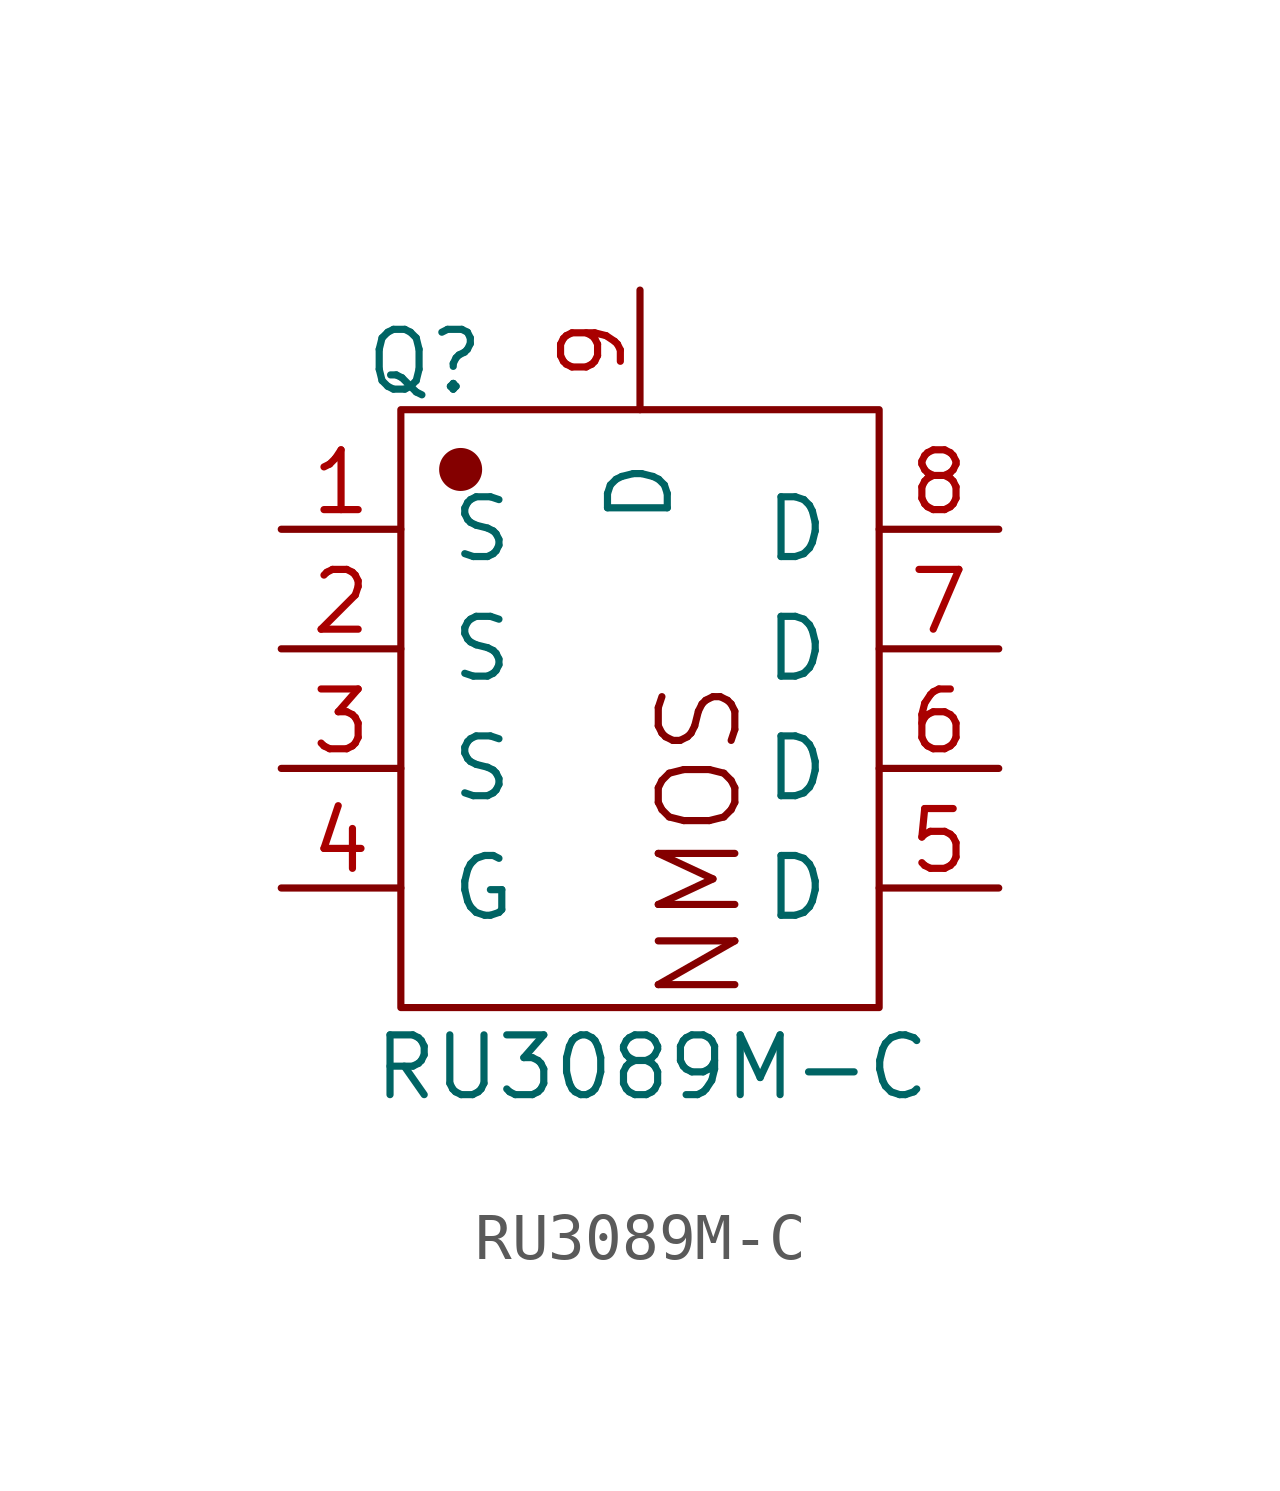
<source format=kicad_sym>
(kicad_symbol_lib
  (version 20231120)
  (generator "kicad_symbol_editor")
  (generator_version "8.0")
  (symbol "RU3089M-C"
    (pin_names
      (offset 1.016))
    (property "Reference" "Q"
      (at -4.572 6.096 0)
      (effects (font (size 1.27 1.27))))
    (property "Value" "RU3089M-C"
      (at 0.254 -8.89 0)
      (effects (font (size 1.27 1.27))))
    (symbol "RU3089M-C_1_1"
      (rectangle (start -5.08 5.08) (end 5.08 -7.62) (stroke (width 0.152) (type solid)) (fill (type none)))
      (circle (center -3.81 3.81) (radius 0.381) (stroke (width 0.152) (type solid)) (fill (type outline)))
      (text "NMOS" (at 1.27 -7.62 900) (effects (font (size 1.626 1.626)) (justify left)))
      (pin input line (at -7.62 2.54 0) (length 2.54) (name "S" (effects (font (size 1.27 1.27)))) (number "1" (effects (font (size 1.27 1.27)))))
      (pin input line (at -7.62 0 0) (length 2.54) (name "S" (effects (font (size 1.27 1.27)))) (number "2" (effects (font (size 1.27 1.27)))))
      (pin input line (at -7.62 -2.54 0) (length 2.54) (name "S" (effects (font (size 1.27 1.27)))) (number "3" (effects (font (size 1.27 1.27)))))
      (pin input line (at -7.62 -5.08 0) (length 2.54) (name "G" (effects (font (size 1.27 1.27)))) (number "4" (effects (font (size 1.27 1.27)))))
      (pin input line (at 7.62 -5.08 180) (length 2.54) (name "D" (effects (font (size 1.27 1.27)))) (number "5" (effects (font (size 1.27 1.27)))))
      (pin input line (at 7.62 -2.54 180) (length 2.54) (name "D" (effects (font (size 1.27 1.27)))) (number "6" (effects (font (size 1.27 1.27)))))
      (pin input line (at 7.62 0 180) (length 2.54) (name "D" (effects (font (size 1.27 1.27)))) (number "7" (effects (font (size 1.27 1.27)))))
      (pin input line (at 7.62 2.54 180) (length 2.54) (name "D" (effects (font (size 1.27 1.27)))) (number "8" (effects (font (size 1.27 1.27)))))
      (pin input line (at 0 7.62 270) (length 2.54) (name "D" (effects (font (size 1.27 1.27)))) (number "9" (effects (font (size 1.27 1.27))))))))
</source>
